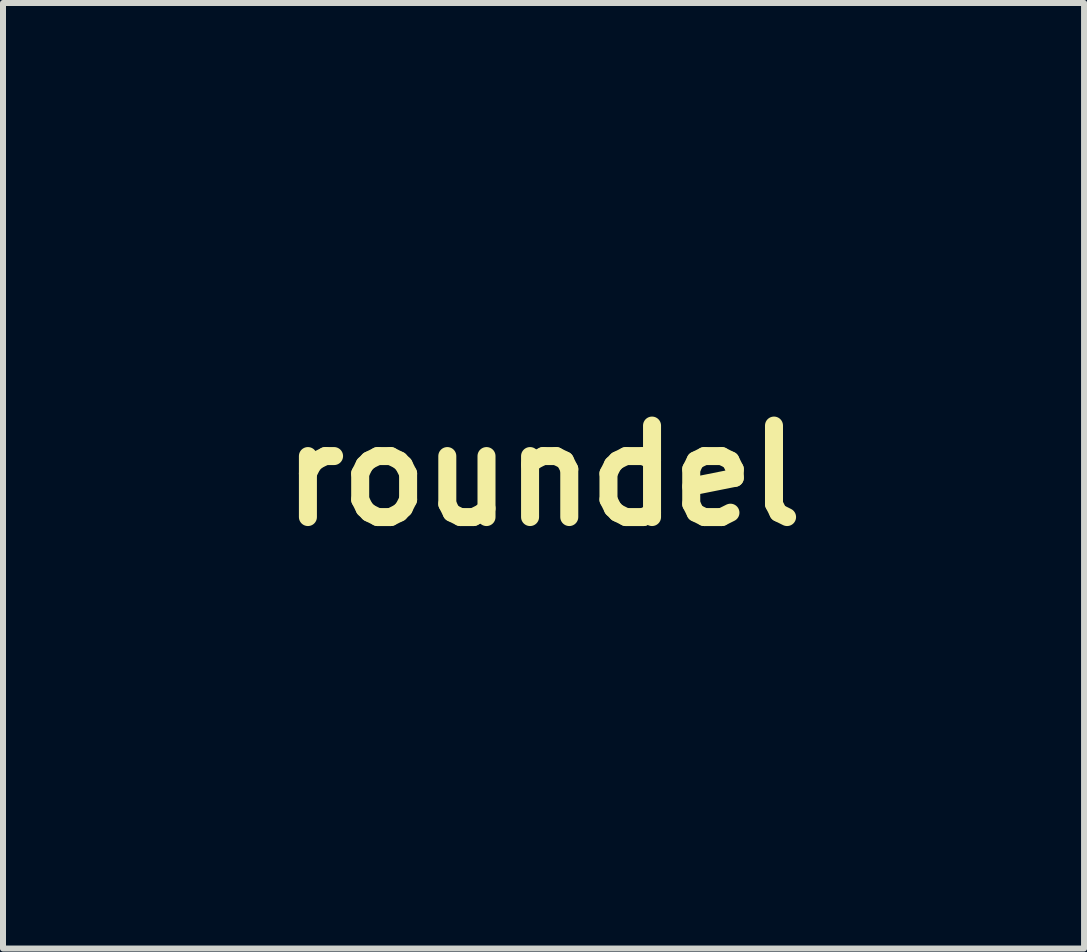
<source format=kicad_pcb>
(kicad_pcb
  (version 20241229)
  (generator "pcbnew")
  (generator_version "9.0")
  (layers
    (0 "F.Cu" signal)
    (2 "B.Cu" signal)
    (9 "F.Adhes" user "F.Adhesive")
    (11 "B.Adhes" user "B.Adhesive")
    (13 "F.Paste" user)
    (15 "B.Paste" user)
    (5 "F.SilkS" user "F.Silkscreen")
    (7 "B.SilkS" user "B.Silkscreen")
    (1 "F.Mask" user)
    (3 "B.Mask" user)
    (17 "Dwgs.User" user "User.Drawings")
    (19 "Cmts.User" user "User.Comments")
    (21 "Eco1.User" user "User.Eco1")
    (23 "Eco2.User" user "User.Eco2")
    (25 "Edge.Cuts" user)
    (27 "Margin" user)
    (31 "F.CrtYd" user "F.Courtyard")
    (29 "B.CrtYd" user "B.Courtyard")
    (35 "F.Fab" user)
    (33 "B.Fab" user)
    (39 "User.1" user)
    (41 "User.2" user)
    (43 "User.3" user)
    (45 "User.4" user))
  (footprint "roundel"
    (layer "F.Cu")
    (at 5.999 4.875)
    (property "Reference" "roundel" (at 0 0 0) (layer "F.SilkS") (effects (font (size 1.524 1.524) (thickness 0.3))))
    (attr through_hole)
    (fp_poly (pts (xy -1.157 -0.328) (xy -1.086 -0.321) (xy -1.036 -0.304) (xy -1.006 -0.277) (xy -0.992 -0.238) (xy -0.991 -0.213) (xy -0.997 -0.161) (xy -1.018 -0.122) (xy -1.056 -0.095) (xy -1.113 -0.077) (xy -1.173 -0.069) (xy -1.257 -0.06) (xy -1.257 -0.333) (xy -1.157 -0.328)) (stroke (width 0.01) (type solid)) (fill no) (layer "Eco2.User"))
    (fp_poly (pts (xy 0.698 -0.328) (xy 0.769 -0.321) (xy 0.818 -0.304) (xy 0.848 -0.277) (xy 0.862 -0.238) (xy 0.864 -0.213) (xy 0.857 -0.161) (xy 0.837 -0.122) (xy 0.799 -0.095) (xy 0.741 -0.077) (xy 0.681 -0.069) (xy 0.597 -0.06) (xy 0.597 -0.333) (xy 0.698 -0.328)) (stroke (width 0.01) (type solid)) (fill no) (layer "Eco2.User"))
    (fp_poly (pts (xy -2.851 -0.325) (xy -2.772 -0.307) (xy -2.707 -0.275) (xy -2.653 -0.23) (xy -2.609 -0.179) (xy -2.582 -0.126) (xy -2.569 -0.062) (xy -2.566 0.006) (xy -2.577 0.095) (xy -2.61 0.171) (xy -2.663 0.233) (xy -2.735 0.28) (xy -2.826 0.312) (xy -2.934 0.327) (xy -2.936 0.327) (xy -3.048 0.334) (xy -3.048 -0.33) (xy -2.949 -0.33) (xy -2.851 -0.325)) (stroke (width 0.01) (type solid)) (fill no) (layer "Eco2.User"))
    (fp_poly (pts (xy 4.938 -0.322) (xy 5.027 -0.298) (xy 5.098 -0.257) (xy 5.152 -0.199) (xy 5.176 -0.159) (xy 5.199 -0.101) (xy 5.209 -0.045) (xy 5.21 -0.008) (xy 5.199 0.084) (xy 5.167 0.163) (xy 5.115 0.228) (xy 5.044 0.277) (xy 4.955 0.311) (xy 4.848 0.327) (xy 4.836 0.328) (xy 4.724 0.333) (xy 4.724 -0.33) (xy 4.831 -0.33) (xy 4.938 -0.322)) (stroke (width 0.01) (type solid)) (fill no) (layer "Eco2.User"))
    (fp_poly (pts (xy 1.781 -0.323) (xy 1.861 -0.299) (xy 1.934 -0.255) (xy 1.94 -0.25) (xy 1.993 -0.187) (xy 2.028 -0.112) (xy 2.044 -0.029) (xy 2.042 0.055) (xy 2.02 0.136) (xy 1.979 0.208) (xy 1.971 0.216) (xy 1.912 0.271) (xy 1.844 0.307) (xy 1.761 0.324) (xy 1.734 0.327) (xy 1.68 0.328) (xy 1.639 0.323) (xy 1.602 0.31) (xy 1.581 0.301) (xy 1.502 0.25) (xy 1.445 0.187) (xy 1.409 0.11) (xy 1.394 0.019) (xy 1.394 0) (xy 1.4 -0.081) (xy 1.423 -0.148) (xy 1.465 -0.211) (xy 1.474 -0.221) (xy 1.538 -0.276) (xy 1.614 -0.311) (xy 1.696 -0.327) (xy 1.781 -0.323)) (stroke (width 0.01) (type solid)) (fill no) (layer "Eco2.User"))
    (fp_poly (pts (xy 0.171 -4.869) (xy 0.291 -4.866) (xy 0.398 -4.862) (xy 0.486 -4.855) (xy 0.508 -4.853) (xy 0.867 -4.8) (xy 1.216 -4.725) (xy 1.554 -4.626) (xy 1.882 -4.505) (xy 2.198 -4.362) (xy 2.419 -4.245) (xy 2.499 -4.197) (xy 2.593 -4.138) (xy 2.695 -4.071) (xy 2.798 -4.001) (xy 2.898 -3.931) (xy 2.986 -3.866) (xy 3.052 -3.816) (xy 3.319 -3.586) (xy 3.568 -3.338) (xy 3.798 -3.075) (xy 4.009 -2.798) (xy 4.198 -2.506) (xy 4.366 -2.203) (xy 4.513 -1.887) (xy 4.636 -1.561) (xy 4.705 -1.342) (xy 4.725 -1.269) (xy 4.745 -1.197) (xy 4.761 -1.133) (xy 4.773 -1.084) (xy 4.776 -1.07) (xy 4.791 -0.991) (xy 5.399 -0.991) (xy 6.007 -0.991) (xy 6.007 0.991) (xy 4.791 0.991) (xy 4.776 1.07) (xy 4.76 1.138) (xy 4.738 1.225) (xy 4.71 1.323) (xy 4.679 1.427) (xy 4.646 1.532) (xy 4.613 1.63) (xy 4.584 1.711) (xy 4.544 1.813) (xy 4.493 1.93) (xy 4.436 2.054) (xy 4.377 2.179) (xy 4.317 2.297) (xy 4.261 2.402) (xy 4.235 2.447) (xy 4.047 2.744) (xy 3.839 3.025) (xy 3.613 3.29) (xy 3.37 3.537) (xy 3.111 3.766) (xy 2.837 3.976) (xy 2.549 4.165) (xy 2.248 4.334) (xy 1.935 4.482) (xy 1.611 4.607) (xy 1.563 4.623) (xy 1.33 4.695) (xy 1.105 4.753) (xy 0.878 4.8) (xy 0.64 4.836) (xy 0.565 4.846) (xy 0.508 4.851) (xy 0.432 4.856) (xy 0.342 4.861) (xy 0.243 4.865) (xy 0.14 4.868) (xy 0.038 4.871) (xy -0.058 4.872) (xy -0.144 4.873) (xy -0.214 4.872) (xy -0.265 4.869) (xy -0.267 4.869) (xy -0.436 4.854) (xy -0.585 4.837) (xy -0.721 4.819) (xy -0.848 4.798) (xy -0.973 4.775) (xy -1.067 4.754) (xy -1.399 4.667) (xy -1.723 4.557) (xy -2.036 4.424) (xy -2.339 4.27) (xy -2.63 4.095) (xy -2.908 3.901) (xy -3.172 3.687) (xy -3.421 3.456) (xy -3.654 3.208) (xy -3.87 2.944) (xy -4.068 2.665) (xy -4.246 2.372) (xy -4.404 2.065) (xy -4.541 1.746) (xy -4.622 1.515) (xy -4.696 1.264) (xy -4.755 1.026) (xy -4.763 0.991) (xy -2.969 0.991) (xy -2.925 1.107) (xy -2.818 1.36) (xy -2.69 1.598) (xy -2.54 1.825) (xy -2.368 2.04) (xy -2.198 2.223) (xy -2.006 2.4) (xy -1.811 2.556) (xy -1.606 2.691) (xy -1.389 2.81) (xy -1.154 2.916) (xy -1.13 2.925) (xy -0.978 2.98) (xy -0.81 3.03) (xy -0.634 3.073) (xy -0.461 3.106) (xy -0.305 3.128) (xy -0.261 3.131) (xy -0.197 3.133) (xy -0.119 3.134) (xy -0.031 3.135) (xy 0.06 3.134) (xy 0.149 3.133) (xy 0.231 3.131) (xy 0.301 3.128) (xy 0.353 3.125) (xy 0.362 3.124) (xy 0.637 3.081) (xy 0.907 3.013) (xy 1.171 2.922) (xy 1.426 2.808) (xy 1.67 2.673) (xy 1.901 2.516) (xy 2.002 2.438) (xy 2.187 2.274) (xy 2.363 2.089) (xy 2.526 1.889) (xy 2.673 1.678) (xy 2.799 1.46) (xy 2.801 1.455) (xy 2.83 1.399) (xy 2.861 1.334) (xy 2.893 1.264) (xy 2.923 1.195) (xy 2.951 1.129) (xy 2.974 1.073) (xy 2.99 1.03) (xy 2.997 1.005) (xy 2.997 1.002) (xy 2.985 1.001) (xy 2.948 1) (xy 2.887 0.999) (xy 2.803 0.998) (xy 2.697 0.997) (xy 2.57 0.996) (xy 2.422 0.995) (xy 2.255 0.994) (xy 2.069 0.993) (xy 1.866 0.993) (xy 1.645 0.992) (xy 1.408 0.992) (xy 1.155 0.991) (xy 0.888 0.991) (xy 0.607 0.991) (xy 0.313 0.991) (xy 0.014 0.991) (xy -2.969 0.991) (xy -4.763 0.991) (xy -4.763 0.991) (xy -5.379 0.991) (xy -5.994 0.991) (xy -5.994 -0.508) (xy -5.413 -0.508) (xy -5.407 -0.168) (xy -5.405 -0.065) (xy -5.404 0.016) (xy -5.401 0.08) (xy -5.398 0.128) (xy -5.394 0.164) (xy -5.389 0.193) (xy -5.383 0.217) (xy -5.375 0.241) (xy -5.374 0.243) (xy -5.326 0.334) (xy -5.26 0.409) (xy -5.179 0.467) (xy -5.088 0.507) (xy -4.988 0.526) (xy -4.884 0.523) (xy -4.788 0.501) (xy -4.714 0.466) (xy -4.644 0.415) (xy -4.586 0.355) (xy -4.571 0.333) (xy -4.549 0.297) (xy -4.533 0.263) (xy -4.52 0.227) (xy -4.51 0.185) (xy -4.503 0.135) (xy -4.499 0.072) (xy -4.497 -0.008) (xy -4.496 -0.107) (xy -4.496 -0.18) (xy -4.496 -0.508) (xy -4.343 -0.508) (xy -4.343 0.508) (xy -4.141 0.508) (xy -4.137 0.165) (xy -4.134 -0.177) (xy -3.869 0.165) (xy -3.605 0.508) (xy -3.404 0.508) (xy -3.404 -0.508) (xy -3.251 -0.508) (xy -3.251 0.508) (xy -3.056 0.508) (xy -2.968 0.507) (xy -2.898 0.504) (xy -2.842 0.498) (xy -2.792 0.49) (xy -2.764 0.483) (xy -2.65 0.443) (xy -2.555 0.386) (xy -2.477 0.312) (xy -2.416 0.219) (xy -2.408 0.203) (xy -2.39 0.164) (xy -2.379 0.13) (xy -2.372 0.095) (xy -2.369 0.051) (xy -2.369 -0.01) (xy -2.369 -0.013) (xy -2.369 -0.075) (xy -2.372 -0.119) (xy -2.378 -0.154) (xy -2.389 -0.186) (xy -2.407 -0.225) (xy -2.41 -0.23) (xy -2.469 -0.322) (xy -2.546 -0.398) (xy -2.639 -0.454) (xy -2.746 -0.491) (xy -2.768 -0.495) (xy -2.804 -0.5) (xy -2.86 -0.503) (xy -2.928 -0.506) (xy -3.003 -0.508) (xy -3.043 -0.508) (xy -2.235 -0.508) (xy -2.235 0.508) (xy -1.562 0.508) (xy -1.562 0.33) (xy -2.032 0.33) (xy -2.032 0.064) (xy -1.676 0.064) (xy -1.676 -0.114) (xy -2.032 -0.114) (xy -2.032 -0.33) (xy -1.6 -0.33) (xy -1.6 -0.508) (xy -1.46 -0.508) (xy -1.46 0.508) (xy -1.257 0.508) (xy -1.257 0.102) (xy -1.216 0.102) (xy -1.2 0.103) (xy -1.186 0.108) (xy -1.171 0.119) (xy -1.152 0.14) (xy -1.126 0.174) (xy -1.092 0.222) (xy -1.046 0.288) (xy -1.035 0.305) (xy -0.895 0.507) (xy -0.778 0.508) (xy -0.727 0.508) (xy -0.687 0.507) (xy -0.664 0.506) (xy -0.661 0.505) (xy -0.668 0.494) (xy -0.687 0.466) (xy -0.717 0.422) (xy -0.756 0.368) (xy -0.8 0.305) (xy -0.818 0.279) (xy -0.976 0.057) (xy -0.942 0.04) (xy -0.91 0.018) (xy -0.666 0.018) (xy -0.654 0.118) (xy -0.622 0.214) (xy -0.573 0.303) (xy -0.504 0.382) (xy -0.418 0.447) (xy -0.377 0.469) (xy -0.268 0.511) (xy -0.157 0.529) (xy -0.038 0.524) (xy -0.015 0.52) (xy 0.039 0.508) (xy 0.102 0.488) (xy 0.153 0.468) (xy 0.241 0.428) (xy 0.241 -0.064) (xy -0.114 -0.064) (xy -0.114 0.114) (xy 0.051 0.114) (xy 0.051 0.215) (xy 0.049 0.271) (xy 0.042 0.308) (xy 0.024 0.33) (xy -0.008 0.342) (xy -0.058 0.346) (xy -0.101 0.346) (xy -0.201 0.336) (xy -0.287 0.305) (xy -0.358 0.257) (xy -0.412 0.192) (xy -0.447 0.113) (xy -0.462 0.021) (xy -0.462 0.013) (xy -0.457 -0.069) (xy -0.437 -0.136) (xy -0.4 -0.197) (xy -0.371 -0.231) (xy -0.299 -0.29) (xy -0.214 -0.327) (xy -0.119 -0.343) (xy -0.102 -0.343) (xy -0.033 -0.336) (xy 0.045 -0.319) (xy 0.119 -0.294) (xy 0.175 -0.267) (xy 0.205 -0.25) (xy 0.227 -0.242) (xy 0.229 -0.241) (xy 0.236 -0.253) (xy 0.239 -0.287) (xy 0.239 -0.34) (xy 0.235 -0.438) (xy 0.187 -0.461) (xy 0.082 -0.499) (xy 0.029 -0.508) (xy 0.394 -0.508) (xy 0.394 0.508) (xy 0.597 0.508) (xy 0.597 0.102) (xy 0.64 0.102) (xy 0.655 0.103) (xy 0.67 0.107) (xy 0.685 0.119) (xy 0.704 0.139) (xy 0.73 0.172) (xy 0.764 0.219) (xy 0.809 0.285) (xy 0.819 0.299) (xy 0.863 0.362) (xy 0.902 0.417) (xy 0.935 0.461) (xy 0.959 0.491) (xy 0.971 0.503) (xy 0.971 0.503) (xy 0.99 0.506) (xy 1.028 0.506) (xy 1.076 0.506) (xy 1.092 0.505) (xy 1.197 0.502) (xy 1.048 0.293) (xy 1.002 0.228) (xy 0.962 0.171) (xy 0.929 0.123) (xy 0.906 0.089) (xy 0.895 0.071) (xy 0.894 0.07) (xy 0.901 0.057) (xy 0.924 0.036) (xy 0.937 0.028) (xy 1.19 0.028) (xy 1.205 0.13) (xy 1.238 0.227) (xy 1.291 0.316) (xy 1.361 0.393) (xy 1.449 0.456) (xy 1.482 0.473) (xy 1.579 0.51) (xy 1.67 0.528) (xy 1.764 0.526) (xy 1.832 0.515) (xy 1.889 0.499) (xy 1.946 0.479) (xy 1.982 0.462) (xy 2.049 0.416) (xy 2.114 0.353) (xy 2.171 0.281) (xy 2.207 0.219) (xy 2.222 0.184) (xy 2.232 0.153) (xy 2.238 0.118) (xy 2.241 0.073) (xy 2.241 0.01) (xy 2.241 0) (xy 2.241 -0.066) (xy 2.238 -0.113) (xy 2.233 -0.15) (xy 2.223 -0.181) (xy 2.209 -0.215) (xy 2.207 -0.219) (xy 2.15 -0.314) (xy 2.077 -0.392) (xy 1.991 -0.452) (xy 1.896 -0.495) (xy 1.84 -0.508) (xy 2.373 -0.508) (xy 2.377 -0.149) (xy 2.381 0.21) (xy 2.417 0.282) (xy 2.472 0.367) (xy 2.544 0.435) (xy 2.629 0.485) (xy 2.724 0.516) (xy 2.826 0.526) (xy 2.931 0.515) (xy 2.946 0.511) (xy 4.521 0.511) (xy 4.753 0.505) (xy 4.84 0.502) (xy 4.907 0.499) (xy 4.958 0.495) (xy 4.997 0.489) (xy 5.031 0.481) (xy 5.061 0.471) (xy 5.171 0.42) (xy 5.261 0.354) (xy 5.331 0.272) (xy 5.38 0.177) (xy 5.407 0.069) (xy 5.408 0.065) (xy 5.412 -0.05) (xy 5.393 -0.157) (xy 5.352 -0.254) (xy 5.292 -0.338) (xy 5.213 -0.408) (xy 5.118 -0.461) (xy 5.009 -0.494) (xy 5.001 -0.496) (xy 4.963 -0.5) (xy 4.907 -0.503) (xy 4.838 -0.505) (xy 4.763 -0.506) (xy 4.729 -0.505) (xy 4.528 -0.502) (xy 4.521 0.511) (xy 2.946 0.511) (xy 2.955 0.508) (xy 3.429 0.508) (xy 3.632 0.508) (xy 3.635 0.164) (xy 3.639 -0.181) (xy 3.905 0.164) (xy 4.171 0.508) (xy 4.369 0.508) (xy 4.369 -0.508) (xy 4.179 -0.508) (xy 4.175 -0.157) (xy 4.172 0.194) (xy 3.904 -0.154) (xy 3.637 -0.502) (xy 3.533 -0.505) (xy 3.429 -0.509) (xy 3.429 0.508) (xy 2.955 0.508) (xy 3.008 0.493) (xy 3.073 0.458) (xy 3.138 0.407) (xy 3.195 0.345) (xy 3.238 0.28) (xy 3.242 0.27) (xy 3.251 0.251) (xy 3.257 0.231) (xy 3.262 0.208) (xy 3.266 0.177) (xy 3.269 0.136) (xy 3.271 0.082) (xy 3.272 0.011) (xy 3.273 -0.081) (xy 3.274 -0.149) (xy 3.278 -0.508) (xy 3.089 -0.508) (xy 3.084 -0.187) (xy 3.082 -0.075) (xy 3.079 0.016) (xy 3.074 0.087) (xy 3.067 0.143) (xy 3.056 0.186) (xy 3.042 0.219) (xy 3.023 0.246) (xy 2.999 0.27) (xy 2.977 0.287) (xy 2.951 0.306) (xy 2.926 0.317) (xy 2.895 0.322) (xy 2.849 0.324) (xy 2.826 0.324) (xy 2.772 0.323) (xy 2.737 0.319) (xy 2.71 0.311) (xy 2.685 0.295) (xy 2.674 0.287) (xy 2.645 0.264) (xy 2.623 0.239) (xy 2.605 0.211) (xy 2.592 0.176) (xy 2.582 0.13) (xy 2.576 0.071) (xy 2.572 -0.005) (xy 2.569 -0.101) (xy 2.568 -0.187) (xy 2.563 -0.508) (xy 2.373 -0.508) (xy 1.84 -0.508) (xy 1.795 -0.519) (xy 1.691 -0.524) (xy 1.588 -0.509) (xy 1.489 -0.474) (xy 1.397 -0.418) (xy 1.335 -0.362) (xy 1.267 -0.274) (xy 1.221 -0.177) (xy 1.195 -0.075) (xy 1.19 0.028) (xy 0.937 0.028) (xy 0.94 0.026) (xy 1.002 -0.024) (xy 1.043 -0.087) (xy 1.063 -0.164) (xy 1.065 -0.186) (xy 1.061 -0.274) (xy 1.038 -0.347) (xy 0.993 -0.409) (xy 0.978 -0.424) (xy 0.941 -0.453) (xy 0.9 -0.475) (xy 0.851 -0.49) (xy 0.79 -0.5) (xy 0.713 -0.506) (xy 0.615 -0.508) (xy 0.595 -0.508) (xy 0.394 -0.508) (xy 0.029 -0.508) (xy -0.031 -0.519) (xy -0.145 -0.521) (xy -0.256 -0.507) (xy -0.358 -0.475) (xy -0.438 -0.432) (xy -0.523 -0.36) (xy -0.588 -0.275) (xy -0.633 -0.182) (xy -0.659 -0.083) (xy -0.666 0.018) (xy -0.91 0.018) (xy -0.873 -0.009) (xy -0.824 -0.072) (xy -0.796 -0.148) (xy -0.79 -0.233) (xy -0.791 -0.241) (xy -0.805 -0.317) (xy -0.836 -0.378) (xy -0.886 -0.43) (xy -0.899 -0.44) (xy -0.935 -0.464) (xy -0.977 -0.482) (xy -1.028 -0.495) (xy -1.092 -0.503) (xy -1.173 -0.507) (xy -1.271 -0.508) (xy -1.46 -0.508) (xy -1.6 -0.508) (xy -2.235 -0.508) (xy -3.043 -0.508) (xy -3.251 -0.508) (xy -3.404 -0.508) (xy -3.606 -0.508) (xy -3.61 -0.163) (xy -3.613 0.183) (xy -3.878 -0.163) (xy -4.143 -0.508) (xy -4.343 -0.508) (xy -4.496 -0.508) (xy -4.686 -0.508) (xy -4.687 -0.244) (xy -4.687 -0.159) (xy -4.689 -0.077) (xy -4.691 -0.003) (xy -4.694 0.056) (xy -4.698 0.097) (xy -4.698 0.1) (xy -4.721 0.185) (xy -4.759 0.251) (xy -4.813 0.298) (xy -4.883 0.324) (xy -4.945 0.33) (xy -5.023 0.323) (xy -5.084 0.299) (xy -5.134 0.257) (xy -5.173 0.197) (xy -5.182 0.18) (xy -5.188 0.162) (xy -5.193 0.139) (xy -5.197 0.108) (xy -5.2 0.066) (xy -5.202 0.009) (xy -5.203 -0.066) (xy -5.205 -0.163) (xy -5.205 -0.181) (xy -5.209 -0.508) (xy -5.413 -0.508) (xy -5.994 -0.508) (xy -5.994 -0.991) (xy -4.763 -0.991) (xy -2.971 -0.991) (xy 0.013 -0.991) (xy 0.319 -0.991) (xy 0.613 -0.991) (xy 0.893 -0.991) (xy 1.16 -0.991) (xy 1.413 -0.992) (xy 1.649 -0.992) (xy 1.87 -0.993) (xy 2.073 -0.993) (xy 2.259 -0.994) (xy 2.426 -0.995) (xy 2.573 -0.996) (xy 2.699 -0.997) (xy 2.805 -0.998) (xy 2.888 -0.999) (xy 2.949 -1) (xy 2.985 -1.001) (xy 2.997 -1.002) (xy 2.992 -1.023) (xy 2.978 -1.063) (xy 2.956 -1.117) (xy 2.929 -1.18) (xy 2.899 -1.249) (xy 2.868 -1.319) (xy 2.836 -1.386) (xy 2.807 -1.444) (xy 2.801 -1.455) (xy 2.662 -1.695) (xy 2.503 -1.92) (xy 2.326 -2.13) (xy 2.131 -2.323) (xy 1.921 -2.498) (xy 1.696 -2.655) (xy 1.459 -2.792) (xy 1.211 -2.907) (xy 0.953 -3.001) (xy 0.686 -3.071) (xy 0.62 -3.085) (xy 0.502 -3.105) (xy 0.388 -3.12) (xy 0.273 -3.13) (xy 0.149 -3.134) (xy 0.01 -3.135) (xy -0.08 -3.133) (xy -0.326 -3.119) (xy -0.556 -3.09) (xy -0.775 -3.043) (xy -0.99 -2.979) (xy -1.204 -2.895) (xy -1.393 -2.807) (xy -1.642 -2.667) (xy -1.875 -2.509) (xy -2.09 -2.332) (xy -2.289 -2.137) (xy -2.468 -1.924) (xy -2.629 -1.696) (xy -2.771 -1.451) (xy -2.893 -1.191) (xy -2.938 -1.076) (xy -2.971 -0.991) (xy -4.763 -0.991) (xy -4.755 -1.026) (xy -4.663 -1.376) (xy -4.552 -1.711) (xy -4.42 -2.03) (xy -4.267 -2.336) (xy -4.094 -2.629) (xy -3.899 -2.909) (xy -3.682 -3.177) (xy -3.486 -3.389) (xy -3.227 -3.638) (xy -2.956 -3.864) (xy -2.673 -4.068) (xy -2.377 -4.25) (xy -2.07 -4.409) (xy -1.751 -4.546) (xy -1.422 -4.66) (xy -1.081 -4.751) (xy -0.73 -4.819) (xy -0.521 -4.848) (xy -0.436 -4.855) (xy -0.331 -4.862) (xy -0.213 -4.866) (xy -0.086 -4.869) (xy 0.043 -4.87) (xy 0.171 -4.869)) (stroke (width 0.01) (type solid)) (fill no) (layer "Eco2.User")))
  (gr_rect
    (start -3 -3)
    (end 15.011 12.753)
    (stroke (width 0.1) (type default))
    (fill no)
    (layer "Edge.Cuts")))
</source>
